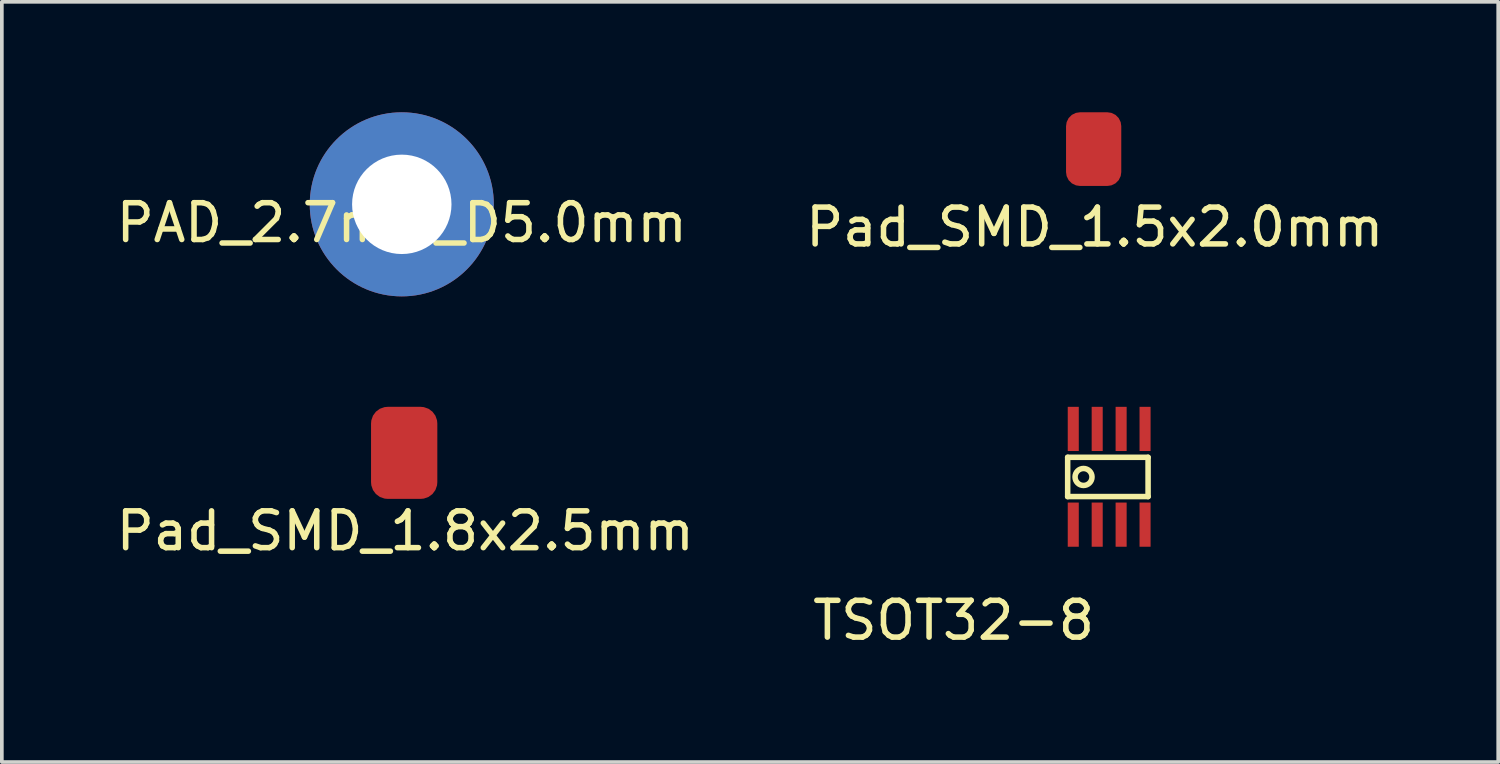
<source format=kicad_pcb>
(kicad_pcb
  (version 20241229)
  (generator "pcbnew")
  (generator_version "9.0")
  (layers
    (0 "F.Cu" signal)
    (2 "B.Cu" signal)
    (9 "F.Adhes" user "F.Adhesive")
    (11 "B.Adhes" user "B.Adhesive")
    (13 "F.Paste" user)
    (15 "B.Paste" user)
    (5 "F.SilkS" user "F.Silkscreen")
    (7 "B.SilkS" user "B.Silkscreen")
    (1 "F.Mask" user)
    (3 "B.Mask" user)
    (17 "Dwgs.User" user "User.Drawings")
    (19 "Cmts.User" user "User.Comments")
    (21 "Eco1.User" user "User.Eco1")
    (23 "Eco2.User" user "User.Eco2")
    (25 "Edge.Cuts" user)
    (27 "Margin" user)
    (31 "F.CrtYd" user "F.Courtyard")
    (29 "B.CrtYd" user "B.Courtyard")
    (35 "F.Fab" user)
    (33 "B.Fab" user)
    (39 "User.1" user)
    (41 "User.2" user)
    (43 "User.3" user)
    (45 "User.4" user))
  (footprint "PAD_2.7mm_D5.0mm"
    (layer "F.Cu")
    (at 7.863 2.5)
    (property "Reference" "PAD_2.7mm_D5.0mm" (at 0 0.5 0) (layer "F.SilkS") (effects (font (size 1 1) (thickness 0.15))))
    (attr through_hole)
    (pad "1" thru_hole circle (at 0 0) (size 5 5) (drill 2.7) (layers "*.Cu" "*.Mask")))
  (footprint "Pad_SMD_1.8x2.5mm"
    (layer "F.Cu")
    (at 7.928 9.25)
    (property "Reference" "Pad_SMD_1.8x2.5mm" (at 0.03 2.12 0) (layer "F.SilkS") (effects (font (size 1 1) (thickness 0.15))))
    (attr through_hole)
    (pad "1" smd roundrect (at 0 0) (size 1.8 2.5) (layers "F.Cu" "F.Mask" "F.Paste") (roundrect_rratio 0.25)))
  (footprint "TSOT32-8"
    (layer "F.Cu")
    (at 26.101 11.2)
    (property "Reference" "TSOT32-8" (at -3.25 2.6 0) (layer "F.SilkS") (effects (font (size 1 1) (thickness 0.15))))
    (attr through_hole)
    (fp_line (start -0.152 -1.829) (end -0.152 -0.762) (stroke (width 0.15) (type solid)) (layer "F.SilkS"))
    (fp_line (start -0.152 -0.762) (end 2.032 -0.762) (stroke (width 0.15) (type solid)) (layer "F.SilkS"))
    (fp_line (start 2.032 -1.829) (end -0.152 -1.829) (stroke (width 0.15) (type solid)) (layer "F.SilkS"))
    (fp_line (start 2.032 -0.762) (end 2.032 -1.829) (stroke (width 0.15) (type solid)) (layer "F.SilkS"))
    (fp_circle (center 0.279 -1.295) (end 0.508 -1.27) (stroke (width 0.15) (type solid)) (fill no) (layer "F.SilkS"))
    (pad "1" smd rect (at 0 0) (size 0.3 1.2) (layers "F.Cu" "F.Mask" "F.Paste"))
    (pad "2" smd rect (at 0.65 0) (size 0.3 1.2) (layers "F.Cu" "F.Mask" "F.Paste"))
    (pad "3" smd rect (at 1.3 0) (size 0.3 1.2) (layers "F.Cu" "F.Mask" "F.Paste"))
    (pad "4" smd rect (at 1.95 0) (size 0.3 1.2) (layers "F.Cu" "F.Mask" "F.Paste"))
    (pad "5" smd rect (at 1.95 -2.6) (size 0.3 1.2) (layers "F.Cu" "F.Mask" "F.Paste"))
    (pad "6" smd rect (at 1.3 -2.6) (size 0.3 1.2) (layers "F.Cu" "F.Mask" "F.Paste"))
    (pad "7" smd rect (at 0.65 -2.6) (size 0.3 1.2) (layers "F.Cu" "F.Mask" "F.Paste"))
    (pad "8" smd rect (at 0 -2.6) (size 0.3 1.2) (layers "F.Cu" "F.Mask" "F.Paste")))
  (footprint "Pad_SMD_1.5x2.0mm"
    (layer "F.Cu")
    (at 26.655 1)
    (property "Reference" "Pad_SMD_1.5x2.0mm" (at 0.03 2.12 0) (layer "F.SilkS") (effects (font (size 1 1) (thickness 0.15))))
    (attr through_hole)
    (pad "1" smd roundrect (at 0 0) (size 1.5 2) (layers "F.Cu" "F.Mask") (roundrect_rratio 0.25)))
  (gr_rect
    (start -3 -3)
    (end 37.643 17.648)
    (stroke (width 0.1) (type default))
    (fill no)
    (layer "Edge.Cuts")))
</source>
